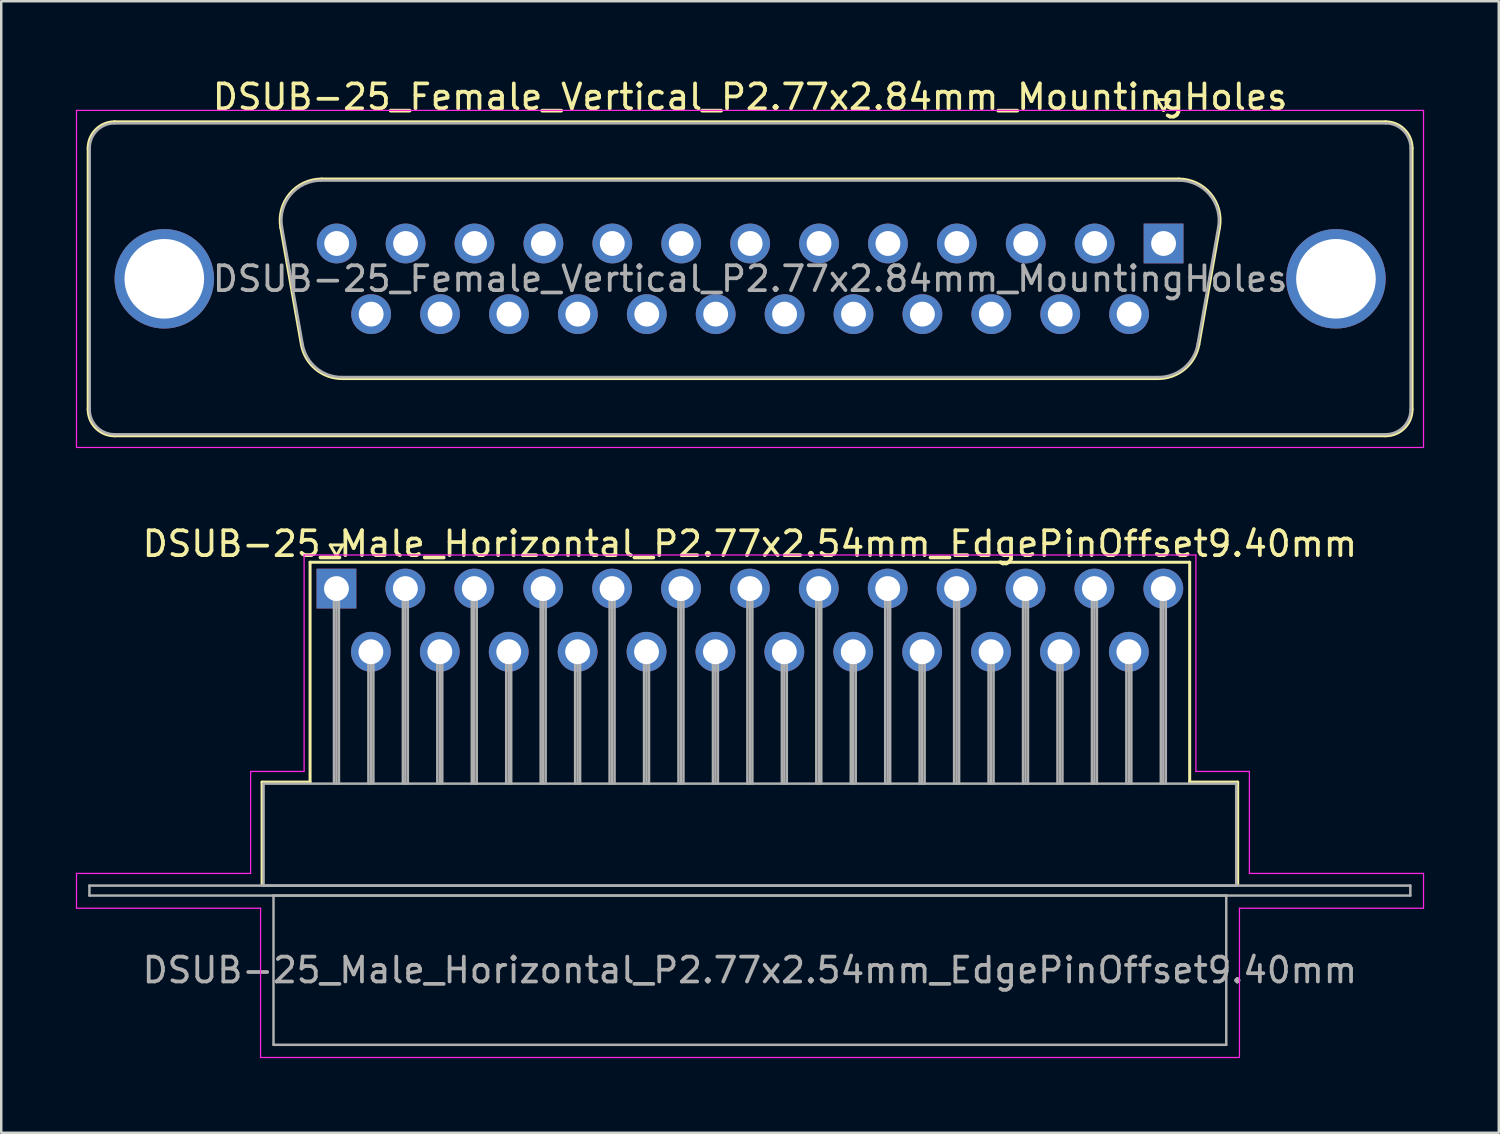
<source format=kicad_pcb>
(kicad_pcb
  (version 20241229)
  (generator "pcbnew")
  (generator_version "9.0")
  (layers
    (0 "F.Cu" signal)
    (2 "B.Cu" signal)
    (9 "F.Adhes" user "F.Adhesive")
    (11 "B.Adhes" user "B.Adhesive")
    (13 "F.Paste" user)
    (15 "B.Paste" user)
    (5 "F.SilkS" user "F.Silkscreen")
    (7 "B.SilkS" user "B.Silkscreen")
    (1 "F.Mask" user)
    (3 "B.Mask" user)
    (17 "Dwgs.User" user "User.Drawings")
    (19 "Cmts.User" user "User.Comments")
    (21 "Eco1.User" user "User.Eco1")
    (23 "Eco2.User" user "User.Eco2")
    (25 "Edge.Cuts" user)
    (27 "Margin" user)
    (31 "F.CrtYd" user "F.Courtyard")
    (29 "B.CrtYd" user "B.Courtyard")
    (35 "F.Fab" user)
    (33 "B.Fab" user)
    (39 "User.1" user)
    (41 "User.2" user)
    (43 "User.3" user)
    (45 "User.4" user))
  (footprint "DSUB-25_Male_Horizontal_P2.77x2.54mm_EdgePinOffset9.40mm"
    (layer "F.Cu")
    (at 10.475 20.611)
    (property "Reference" "DSUB-25_Male_Horizontal_P2.77x2.54mm_EdgePinOffset9.40mm" (at 16.62 -1.8 0) (layer "F.SilkS") (effects (font (size 1 1) (thickness 0.15))))
    (attr through_hole)
    (fp_line (start -2.99 7.78) (end -1.06 7.78) (stroke (width 0.12) (type solid)) (layer "F.SilkS"))
    (fp_line (start -2.99 11.88) (end -2.99 7.78) (stroke (width 0.12) (type solid)) (layer "F.SilkS"))
    (fp_line (start -1.06 -1.06) (end 34.3 -1.06) (stroke (width 0.12) (type solid)) (layer "F.SilkS"))
    (fp_line (start -1.06 7.78) (end -1.06 -1.06) (stroke (width 0.12) (type solid)) (layer "F.SilkS"))
    (fp_line (start -0.25 -1.754) (end 0.25 -1.754) (stroke (width 0.12) (type solid)) (layer "F.SilkS"))
    (fp_line (start 0 -1.321) (end -0.25 -1.754) (stroke (width 0.12) (type solid)) (layer "F.SilkS"))
    (fp_line (start 0.25 -1.754) (end 0 -1.321) (stroke (width 0.12) (type solid)) (layer "F.SilkS"))
    (fp_line (start 34.3 -1.06) (end 34.3 7.78) (stroke (width 0.12) (type solid)) (layer "F.SilkS"))
    (fp_line (start 34.3 7.78) (end 36.23 7.78) (stroke (width 0.12) (type solid)) (layer "F.SilkS"))
    (fp_line (start 36.23 7.78) (end 36.23 11.88) (stroke (width 0.12) (type solid)) (layer "F.SilkS"))
    (fp_line (start -10.45 11.45) (end -3.45 11.45) (stroke (width 0.05) (type solid)) (layer "F.CrtYd"))
    (fp_line (start -10.45 12.85) (end -10.45 11.45) (stroke (width 0.05) (type solid)) (layer "F.CrtYd"))
    (fp_line (start -3.45 7.35) (end -1.3 7.35) (stroke (width 0.05) (type solid)) (layer "F.CrtYd"))
    (fp_line (start -3.45 11.45) (end -3.45 7.35) (stroke (width 0.05) (type solid)) (layer "F.CrtYd"))
    (fp_line (start -3.05 12.85) (end -10.45 12.85) (stroke (width 0.05) (type solid)) (layer "F.CrtYd"))
    (fp_line (start -3.05 18.85) (end -3.05 12.85) (stroke (width 0.05) (type solid)) (layer "F.CrtYd"))
    (fp_line (start -1.3 -1.35) (end 34.55 -1.35) (stroke (width 0.05) (type solid)) (layer "F.CrtYd"))
    (fp_line (start -1.3 7.35) (end -1.3 -1.35) (stroke (width 0.05) (type solid)) (layer "F.CrtYd"))
    (fp_line (start 34.55 -1.35) (end 34.55 7.35) (stroke (width 0.05) (type solid)) (layer "F.CrtYd"))
    (fp_line (start 34.55 7.35) (end 36.7 7.35) (stroke (width 0.05) (type solid)) (layer "F.CrtYd"))
    (fp_line (start 36.3 12.85) (end 36.3 18.85) (stroke (width 0.05) (type solid)) (layer "F.CrtYd"))
    (fp_line (start 36.3 18.85) (end -3.05 18.85) (stroke (width 0.05) (type solid)) (layer "F.CrtYd"))
    (fp_line (start 36.7 7.35) (end 36.7 11.45) (stroke (width 0.05) (type solid)) (layer "F.CrtYd"))
    (fp_line (start 36.7 11.45) (end 43.7 11.45) (stroke (width 0.05) (type solid)) (layer "F.CrtYd"))
    (fp_line (start 43.7 11.45) (end 43.7 12.85) (stroke (width 0.05) (type solid)) (layer "F.CrtYd"))
    (fp_line (start 43.7 12.85) (end 36.3 12.85) (stroke (width 0.05) (type solid)) (layer "F.CrtYd"))
    (fp_line (start -9.93 11.94) (end -9.93 12.34) (stroke (width 0.1) (type solid)) (layer "F.Fab"))
    (fp_line (start -9.93 12.34) (end 43.17 12.34) (stroke (width 0.1) (type solid)) (layer "F.Fab"))
    (fp_line (start -2.93 7.84) (end -2.93 11.94) (stroke (width 0.1) (type solid)) (layer "F.Fab"))
    (fp_line (start -2.93 11.94) (end 36.17 11.94) (stroke (width 0.1) (type solid)) (layer "F.Fab"))
    (fp_line (start -2.53 12.34) (end -2.53 18.34) (stroke (width 0.1) (type solid)) (layer "F.Fab"))
    (fp_line (start -2.53 18.34) (end 35.77 18.34) (stroke (width 0.1) (type solid)) (layer "F.Fab"))
    (fp_line (start -0.1 0) (end -0.1 7.84) (stroke (width 0.1) (type solid)) (layer "F.Fab"))
    (fp_line (start 0 0) (end 0 7.84) (stroke (width 0.1) (type solid)) (layer "F.Fab"))
    (fp_line (start 0.1 0) (end 0.1 7.84) (stroke (width 0.1) (type solid)) (layer "F.Fab"))
    (fp_line (start 1.285 2.54) (end 1.285 7.84) (stroke (width 0.1) (type solid)) (layer "F.Fab"))
    (fp_line (start 1.385 2.54) (end 1.385 7.84) (stroke (width 0.1) (type solid)) (layer "F.Fab"))
    (fp_line (start 1.485 2.54) (end 1.485 7.84) (stroke (width 0.1) (type solid)) (layer "F.Fab"))
    (fp_line (start 2.67 0) (end 2.67 7.84) (stroke (width 0.1) (type solid)) (layer "F.Fab"))
    (fp_line (start 2.77 0) (end 2.77 7.84) (stroke (width 0.1) (type solid)) (layer "F.Fab"))
    (fp_line (start 2.87 0) (end 2.87 7.84) (stroke (width 0.1) (type solid)) (layer "F.Fab"))
    (fp_line (start 4.055 2.54) (end 4.055 7.84) (stroke (width 0.1) (type solid)) (layer "F.Fab"))
    (fp_line (start 4.155 2.54) (end 4.155 7.84) (stroke (width 0.1) (type solid)) (layer "F.Fab"))
    (fp_line (start 4.255 2.54) (end 4.255 7.84) (stroke (width 0.1) (type solid)) (layer "F.Fab"))
    (fp_line (start 5.44 0) (end 5.44 7.84) (stroke (width 0.1) (type solid)) (layer "F.Fab"))
    (fp_line (start 5.54 0) (end 5.54 7.84) (stroke (width 0.1) (type solid)) (layer "F.Fab"))
    (fp_line (start 5.64 0) (end 5.64 7.84) (stroke (width 0.1) (type solid)) (layer "F.Fab"))
    (fp_line (start 6.825 2.54) (end 6.825 7.84) (stroke (width 0.1) (type solid)) (layer "F.Fab"))
    (fp_line (start 6.925 2.54) (end 6.925 7.84) (stroke (width 0.1) (type solid)) (layer "F.Fab"))
    (fp_line (start 7.025 2.54) (end 7.025 7.84) (stroke (width 0.1) (type solid)) (layer "F.Fab"))
    (fp_line (start 8.21 0) (end 8.21 7.84) (stroke (width 0.1) (type solid)) (layer "F.Fab"))
    (fp_line (start 8.31 0) (end 8.31 7.84) (stroke (width 0.1) (type solid)) (layer "F.Fab"))
    (fp_line (start 8.41 0) (end 8.41 7.84) (stroke (width 0.1) (type solid)) (layer "F.Fab"))
    (fp_line (start 9.595 2.54) (end 9.595 7.84) (stroke (width 0.1) (type solid)) (layer "F.Fab"))
    (fp_line (start 9.695 2.54) (end 9.695 7.84) (stroke (width 0.1) (type solid)) (layer "F.Fab"))
    (fp_line (start 9.795 2.54) (end 9.795 7.84) (stroke (width 0.1) (type solid)) (layer "F.Fab"))
    (fp_line (start 10.98 0) (end 10.98 7.84) (stroke (width 0.1) (type solid)) (layer "F.Fab"))
    (fp_line (start 11.08 0) (end 11.08 7.84) (stroke (width 0.1) (type solid)) (layer "F.Fab"))
    (fp_line (start 11.18 0) (end 11.18 7.84) (stroke (width 0.1) (type solid)) (layer "F.Fab"))
    (fp_line (start 12.365 2.54) (end 12.365 7.84) (stroke (width 0.1) (type solid)) (layer "F.Fab"))
    (fp_line (start 12.465 2.54) (end 12.465 7.84) (stroke (width 0.1) (type solid)) (layer "F.Fab"))
    (fp_line (start 12.565 2.54) (end 12.565 7.84) (stroke (width 0.1) (type solid)) (layer "F.Fab"))
    (fp_line (start 13.75 0) (end 13.75 7.84) (stroke (width 0.1) (type solid)) (layer "F.Fab"))
    (fp_line (start 13.85 0) (end 13.85 7.84) (stroke (width 0.1) (type solid)) (layer "F.Fab"))
    (fp_line (start 13.95 0) (end 13.95 7.84) (stroke (width 0.1) (type solid)) (layer "F.Fab"))
    (fp_line (start 15.135 2.54) (end 15.135 7.84) (stroke (width 0.1) (type solid)) (layer "F.Fab"))
    (fp_line (start 15.235 2.54) (end 15.235 7.84) (stroke (width 0.1) (type solid)) (layer "F.Fab"))
    (fp_line (start 15.335 2.54) (end 15.335 7.84) (stroke (width 0.1) (type solid)) (layer "F.Fab"))
    (fp_line (start 16.52 0) (end 16.52 7.84) (stroke (width 0.1) (type solid)) (layer "F.Fab"))
    (fp_line (start 16.62 0) (end 16.62 7.84) (stroke (width 0.1) (type solid)) (layer "F.Fab"))
    (fp_line (start 16.72 0) (end 16.72 7.84) (stroke (width 0.1) (type solid)) (layer "F.Fab"))
    (fp_line (start 17.905 2.54) (end 17.905 7.84) (stroke (width 0.1) (type solid)) (layer "F.Fab"))
    (fp_line (start 18.005 2.54) (end 18.005 7.84) (stroke (width 0.1) (type solid)) (layer "F.Fab"))
    (fp_line (start 18.105 2.54) (end 18.105 7.84) (stroke (width 0.1) (type solid)) (layer "F.Fab"))
    (fp_line (start 19.29 0) (end 19.29 7.84) (stroke (width 0.1) (type solid)) (layer "F.Fab"))
    (fp_line (start 19.39 0) (end 19.39 7.84) (stroke (width 0.1) (type solid)) (layer "F.Fab"))
    (fp_line (start 19.49 0) (end 19.49 7.84) (stroke (width 0.1) (type solid)) (layer "F.Fab"))
    (fp_line (start 20.675 2.54) (end 20.675 7.84) (stroke (width 0.1) (type solid)) (layer "F.Fab"))
    (fp_line (start 20.775 2.54) (end 20.775 7.84) (stroke (width 0.1) (type solid)) (layer "F.Fab"))
    (fp_line (start 20.875 2.54) (end 20.875 7.84) (stroke (width 0.1) (type solid)) (layer "F.Fab"))
    (fp_line (start 22.06 0) (end 22.06 7.84) (stroke (width 0.1) (type solid)) (layer "F.Fab"))
    (fp_line (start 22.16 0) (end 22.16 7.84) (stroke (width 0.1) (type solid)) (layer "F.Fab"))
    (fp_line (start 22.26 0) (end 22.26 7.84) (stroke (width 0.1) (type solid)) (layer "F.Fab"))
    (fp_line (start 23.445 2.54) (end 23.445 7.84) (stroke (width 0.1) (type solid)) (layer "F.Fab"))
    (fp_line (start 23.545 2.54) (end 23.545 7.84) (stroke (width 0.1) (type solid)) (layer "F.Fab"))
    (fp_line (start 23.645 2.54) (end 23.645 7.84) (stroke (width 0.1) (type solid)) (layer "F.Fab"))
    (fp_line (start 24.83 0) (end 24.83 7.84) (stroke (width 0.1) (type solid)) (layer "F.Fab"))
    (fp_line (start 24.93 0) (end 24.93 7.84) (stroke (width 0.1) (type solid)) (layer "F.Fab"))
    (fp_line (start 25.03 0) (end 25.03 7.84) (stroke (width 0.1) (type solid)) (layer "F.Fab"))
    (fp_line (start 26.215 2.54) (end 26.215 7.84) (stroke (width 0.1) (type solid)) (layer "F.Fab"))
    (fp_line (start 26.315 2.54) (end 26.315 7.84) (stroke (width 0.1) (type solid)) (layer "F.Fab"))
    (fp_line (start 26.415 2.54) (end 26.415 7.84) (stroke (width 0.1) (type solid)) (layer "F.Fab"))
    (fp_line (start 27.6 0) (end 27.6 7.84) (stroke (width 0.1) (type solid)) (layer "F.Fab"))
    (fp_line (start 27.7 0) (end 27.7 7.84) (stroke (width 0.1) (type solid)) (layer "F.Fab"))
    (fp_line (start 27.8 0) (end 27.8 7.84) (stroke (width 0.1) (type solid)) (layer "F.Fab"))
    (fp_line (start 28.985 2.54) (end 28.985 7.84) (stroke (width 0.1) (type solid)) (layer "F.Fab"))
    (fp_line (start 29.085 2.54) (end 29.085 7.84) (stroke (width 0.1) (type solid)) (layer "F.Fab"))
    (fp_line (start 29.185 2.54) (end 29.185 7.84) (stroke (width 0.1) (type solid)) (layer "F.Fab"))
    (fp_line (start 30.37 0) (end 30.37 7.84) (stroke (width 0.1) (type solid)) (layer "F.Fab"))
    (fp_line (start 30.47 0) (end 30.47 7.84) (stroke (width 0.1) (type solid)) (layer "F.Fab"))
    (fp_line (start 30.57 0) (end 30.57 7.84) (stroke (width 0.1) (type solid)) (layer "F.Fab"))
    (fp_line (start 31.755 2.54) (end 31.755 7.84) (stroke (width 0.1) (type solid)) (layer "F.Fab"))
    (fp_line (start 31.855 2.54) (end 31.855 7.84) (stroke (width 0.1) (type solid)) (layer "F.Fab"))
    (fp_line (start 31.955 2.54) (end 31.955 7.84) (stroke (width 0.1) (type solid)) (layer "F.Fab"))
    (fp_line (start 33.14 0) (end 33.14 7.84) (stroke (width 0.1) (type solid)) (layer "F.Fab"))
    (fp_line (start 33.24 0) (end 33.24 7.84) (stroke (width 0.1) (type solid)) (layer "F.Fab"))
    (fp_line (start 33.34 0) (end 33.34 7.84) (stroke (width 0.1) (type solid)) (layer "F.Fab"))
    (fp_line (start 35.77 12.34) (end -2.53 12.34) (stroke (width 0.1) (type solid)) (layer "F.Fab"))
    (fp_line (start 35.77 18.34) (end 35.77 12.34) (stroke (width 0.1) (type solid)) (layer "F.Fab"))
    (fp_line (start 36.17 7.84) (end -2.93 7.84) (stroke (width 0.1) (type solid)) (layer "F.Fab"))
    (fp_line (start 36.17 11.94) (end 36.17 7.84) (stroke (width 0.1) (type solid)) (layer "F.Fab"))
    (fp_line (start 43.17 11.94) (end -9.93 11.94) (stroke (width 0.1) (type solid)) (layer "F.Fab"))
    (fp_line (start 43.17 12.34) (end 43.17 11.94) (stroke (width 0.1) (type solid)) (layer "F.Fab"))
    (fp_text user "${REFERENCE}" (at 16.62 15.34 0) (layer "F.Fab") (effects (font (size 1 1) (thickness 0.15))))
    (pad "1" thru_hole rect (at 0 0) (size 1.6 1.6) (drill 1) (layers "*.Cu" "*.Mask"))
    (pad "2" thru_hole circle (at 2.77 0) (size 1.6 1.6) (drill 1) (layers "*.Cu" "*.Mask"))
    (pad "3" thru_hole circle (at 5.54 0) (size 1.6 1.6) (drill 1) (layers "*.Cu" "*.Mask"))
    (pad "4" thru_hole circle (at 8.31 0) (size 1.6 1.6) (drill 1) (layers "*.Cu" "*.Mask"))
    (pad "5" thru_hole circle (at 11.08 0) (size 1.6 1.6) (drill 1) (layers "*.Cu" "*.Mask"))
    (pad "6" thru_hole circle (at 13.85 0) (size 1.6 1.6) (drill 1) (layers "*.Cu" "*.Mask"))
    (pad "7" thru_hole circle (at 16.62 0) (size 1.6 1.6) (drill 1) (layers "*.Cu" "*.Mask"))
    (pad "8" thru_hole circle (at 19.39 0) (size 1.6 1.6) (drill 1) (layers "*.Cu" "*.Mask"))
    (pad "9" thru_hole circle (at 22.16 0) (size 1.6 1.6) (drill 1) (layers "*.Cu" "*.Mask"))
    (pad "10" thru_hole circle (at 24.93 0) (size 1.6 1.6) (drill 1) (layers "*.Cu" "*.Mask"))
    (pad "11" thru_hole circle (at 27.7 0) (size 1.6 1.6) (drill 1) (layers "*.Cu" "*.Mask"))
    (pad "12" thru_hole circle (at 30.47 0) (size 1.6 1.6) (drill 1) (layers "*.Cu" "*.Mask"))
    (pad "13" thru_hole circle (at 33.24 0) (size 1.6 1.6) (drill 1) (layers "*.Cu" "*.Mask"))
    (pad "14" thru_hole circle (at 1.385 2.54) (size 1.6 1.6) (drill 1) (layers "*.Cu" "*.Mask"))
    (pad "15" thru_hole circle (at 4.155 2.54) (size 1.6 1.6) (drill 1) (layers "*.Cu" "*.Mask"))
    (pad "16" thru_hole circle (at 6.925 2.54) (size 1.6 1.6) (drill 1) (layers "*.Cu" "*.Mask"))
    (pad "17" thru_hole circle (at 9.695 2.54) (size 1.6 1.6) (drill 1) (layers "*.Cu" "*.Mask"))
    (pad "18" thru_hole circle (at 12.465 2.54) (size 1.6 1.6) (drill 1) (layers "*.Cu" "*.Mask"))
    (pad "19" thru_hole circle (at 15.235 2.54) (size 1.6 1.6) (drill 1) (layers "*.Cu" "*.Mask"))
    (pad "20" thru_hole circle (at 18.005 2.54) (size 1.6 1.6) (drill 1) (layers "*.Cu" "*.Mask"))
    (pad "21" thru_hole circle (at 20.775 2.54) (size 1.6 1.6) (drill 1) (layers "*.Cu" "*.Mask"))
    (pad "22" thru_hole circle (at 23.545 2.54) (size 1.6 1.6) (drill 1) (layers "*.Cu" "*.Mask"))
    (pad "23" thru_hole circle (at 26.315 2.54) (size 1.6 1.6) (drill 1) (layers "*.Cu" "*.Mask"))
    (pad "24" thru_hole circle (at 29.085 2.54) (size 1.6 1.6) (drill 1) (layers "*.Cu" "*.Mask"))
    (pad "25" thru_hole circle (at 31.855 2.54) (size 1.6 1.6) (drill 1) (layers "*.Cu" "*.Mask")))
  (footprint "DSUB-25_Female_Vertical_P2.77x2.84mm_MountingHoles"
    (layer "F.Cu")
    (at 43.725 6.738)
    (property "Reference" "DSUB-25_Female_Vertical_P2.77x2.84mm_MountingHoles" (at -16.62 -5.89 0) (layer "F.SilkS") (effects (font (size 1 1) (thickness 0.15))))
    (attr through_hole)
    (fp_line (start -43.23 6.67) (end -43.23 -3.83) (stroke (width 0.12) (type solid)) (layer "F.SilkS"))
    (fp_line (start -42.17 -4.89) (end 8.93 -4.89) (stroke (width 0.12) (type solid)) (layer "F.SilkS"))
    (fp_line (start -35.486 -0.642) (end -34.658 4.058) (stroke (width 0.12) (type solid)) (layer "F.SilkS"))
    (fp_line (start -33.852 -2.59) (end 0.612 -2.59) (stroke (width 0.12) (type solid)) (layer "F.SilkS"))
    (fp_line (start -33.023 5.43) (end -0.217 5.43) (stroke (width 0.12) (type solid)) (layer "F.SilkS"))
    (fp_line (start -0.25 -5.784) (end 0.25 -5.784) (stroke (width 0.12) (type solid)) (layer "F.SilkS"))
    (fp_line (start 0 -5.351) (end -0.25 -5.784) (stroke (width 0.12) (type solid)) (layer "F.SilkS"))
    (fp_line (start 0.25 -5.784) (end 0 -5.351) (stroke (width 0.12) (type solid)) (layer "F.SilkS"))
    (fp_line (start 2.246 -0.642) (end 1.418 4.058) (stroke (width 0.12) (type solid)) (layer "F.SilkS"))
    (fp_line (start 8.93 7.73) (end -42.17 7.73) (stroke (width 0.12) (type solid)) (layer "F.SilkS"))
    (fp_line (start 9.99 -3.83) (end 9.99 6.67) (stroke (width 0.12) (type solid)) (layer "F.SilkS"))
    (fp_arc (start -43.23 -3.83) (mid -42.919533 -4.579533) (end -42.17 -4.89) (stroke (width 0.12) (type solid)) (layer "F.SilkS"))
    (fp_arc (start -42.17 7.73) (mid -42.919533 7.419533) (end -43.23 6.67) (stroke (width 0.12) (type solid)) (layer "F.SilkS"))
    (fp_arc (start -35.48647 -0.641744) (mid -35.123323 -1.997028) (end -33.851689 -2.59) (stroke (width 0.12) (type solid)) (layer "F.SilkS"))
    (fp_arc (start -33.022952 5.43) (mid -34.089979 5.041634) (end -34.657733 4.058256) (stroke (width 0.12) (type solid)) (layer "F.SilkS"))
    (fp_arc (start 0.611689 -2.59) (mid 1.883323 -1.997027) (end 2.24647 -0.641744) (stroke (width 0.12) (type solid)) (layer "F.SilkS"))
    (fp_arc (start 1.417733 4.058256) (mid 0.84998 5.041634) (end -0.217048 5.43) (stroke (width 0.12) (type solid)) (layer "F.SilkS"))
    (fp_arc (start 8.93 -4.89) (mid 9.679533 -4.579533) (end 9.99 -3.83) (stroke (width 0.12) (type solid)) (layer "F.SilkS"))
    (fp_arc (start 9.99 6.67) (mid 9.679533 7.419533) (end 8.93 7.73) (stroke (width 0.12) (type solid)) (layer "F.SilkS"))
    (fp_line (start -43.7 -5.35) (end -43.7 8.2) (stroke (width 0.05) (type solid)) (layer "F.CrtYd"))
    (fp_line (start -43.7 8.2) (end 10.45 8.2) (stroke (width 0.05) (type solid)) (layer "F.CrtYd"))
    (fp_line (start 10.45 -5.35) (end -43.7 -5.35) (stroke (width 0.05) (type solid)) (layer "F.CrtYd"))
    (fp_line (start 10.45 8.2) (end 10.45 -5.35) (stroke (width 0.05) (type solid)) (layer "F.CrtYd"))
    (fp_line (start -43.17 6.67) (end -43.17 -3.83) (stroke (width 0.1) (type solid)) (layer "F.Fab"))
    (fp_line (start -42.17 -4.83) (end 8.93 -4.83) (stroke (width 0.1) (type solid)) (layer "F.Fab"))
    (fp_line (start -35.439 -0.652) (end -34.61 4.048) (stroke (width 0.1) (type solid)) (layer "F.Fab"))
    (fp_line (start -33.863 -2.53) (end 0.623 -2.53) (stroke (width 0.1) (type solid)) (layer "F.Fab"))
    (fp_line (start -33.034 5.37) (end -0.206 5.37) (stroke (width 0.1) (type solid)) (layer "F.Fab"))
    (fp_line (start 2.199 -0.652) (end 1.37 4.048) (stroke (width 0.1) (type solid)) (layer "F.Fab"))
    (fp_line (start 8.93 7.67) (end -42.17 7.67) (stroke (width 0.1) (type solid)) (layer "F.Fab"))
    (fp_line (start 9.93 -3.83) (end 9.93 6.67) (stroke (width 0.1) (type solid)) (layer "F.Fab"))
    (fp_arc (start -43.17 -3.83) (mid -42.877107 -4.537107) (end -42.17 -4.83) (stroke (width 0.1) (type solid)) (layer "F.Fab"))
    (fp_arc (start -42.17 7.67) (mid -42.877107 7.377107) (end -43.17 6.67) (stroke (width 0.1) (type solid)) (layer "F.Fab"))
    (fp_arc (start -35.438886 -0.652163) (mid -35.088865 -1.95846) (end -33.863194 -2.53) (stroke (width 0.1) (type solid)) (layer "F.Fab"))
    (fp_arc (start -33.034457 5.37) (mid -34.062917 4.995671) (end -34.610149 4.047837) (stroke (width 0.1) (type solid)) (layer "F.Fab"))
    (fp_arc (start 0.623194 -2.53) (mid 1.848865 -1.95846) (end 2.198886 -0.652163) (stroke (width 0.1) (type solid)) (layer "F.Fab"))
    (fp_arc (start 1.370149 4.047837) (mid 0.822917 4.995671) (end -0.205543 5.37) (stroke (width 0.1) (type solid)) (layer "F.Fab"))
    (fp_arc (start 8.93 -4.83) (mid 9.637107 -4.537107) (end 9.93 -3.83) (stroke (width 0.1) (type solid)) (layer "F.Fab"))
    (fp_arc (start 9.93 6.67) (mid 9.637107 7.377107) (end 8.93 7.67) (stroke (width 0.1) (type solid)) (layer "F.Fab"))
    (fp_text user "${REFERENCE}" (at -16.62 1.42 0) (layer "F.Fab") (effects (font (size 1 1) (thickness 0.15))))
    (pad "0" thru_hole circle (at -40.17 1.42) (size 4 4) (drill 3.2) (layers "*.Cu" "*.Mask"))
    (pad "0" thru_hole circle (at 6.93 1.42) (size 4 4) (drill 3.2) (layers "*.Cu" "*.Mask"))
    (pad "1" thru_hole rect (at 0 0) (size 1.6 1.6) (drill 1) (layers "*.Cu" "*.Mask"))
    (pad "2" thru_hole circle (at -2.77 0) (size 1.6 1.6) (drill 1) (layers "*.Cu" "*.Mask"))
    (pad "3" thru_hole circle (at -5.54 0) (size 1.6 1.6) (drill 1) (layers "*.Cu" "*.Mask"))
    (pad "4" thru_hole circle (at -8.31 0) (size 1.6 1.6) (drill 1) (layers "*.Cu" "*.Mask"))
    (pad "5" thru_hole circle (at -11.08 0) (size 1.6 1.6) (drill 1) (layers "*.Cu" "*.Mask"))
    (pad "6" thru_hole circle (at -13.85 0) (size 1.6 1.6) (drill 1) (layers "*.Cu" "*.Mask"))
    (pad "7" thru_hole circle (at -16.62 0) (size 1.6 1.6) (drill 1) (layers "*.Cu" "*.Mask"))
    (pad "8" thru_hole circle (at -19.39 0) (size 1.6 1.6) (drill 1) (layers "*.Cu" "*.Mask"))
    (pad "9" thru_hole circle (at -22.16 0) (size 1.6 1.6) (drill 1) (layers "*.Cu" "*.Mask"))
    (pad "10" thru_hole circle (at -24.93 0) (size 1.6 1.6) (drill 1) (layers "*.Cu" "*.Mask"))
    (pad "11" thru_hole circle (at -27.7 0) (size 1.6 1.6) (drill 1) (layers "*.Cu" "*.Mask"))
    (pad "12" thru_hole circle (at -30.47 0) (size 1.6 1.6) (drill 1) (layers "*.Cu" "*.Mask"))
    (pad "13" thru_hole circle (at -33.24 0) (size 1.6 1.6) (drill 1) (layers "*.Cu" "*.Mask"))
    (pad "14" thru_hole circle (at -1.385 2.84) (size 1.6 1.6) (drill 1) (layers "*.Cu" "*.Mask"))
    (pad "15" thru_hole circle (at -4.155 2.84) (size 1.6 1.6) (drill 1) (layers "*.Cu" "*.Mask"))
    (pad "16" thru_hole circle (at -6.925 2.84) (size 1.6 1.6) (drill 1) (layers "*.Cu" "*.Mask"))
    (pad "17" thru_hole circle (at -9.695 2.84) (size 1.6 1.6) (drill 1) (layers "*.Cu" "*.Mask"))
    (pad "18" thru_hole circle (at -12.465 2.84) (size 1.6 1.6) (drill 1) (layers "*.Cu" "*.Mask"))
    (pad "19" thru_hole circle (at -15.235 2.84) (size 1.6 1.6) (drill 1) (layers "*.Cu" "*.Mask"))
    (pad "20" thru_hole circle (at -18.005 2.84) (size 1.6 1.6) (drill 1) (layers "*.Cu" "*.Mask"))
    (pad "21" thru_hole circle (at -20.775 2.84) (size 1.6 1.6) (drill 1) (layers "*.Cu" "*.Mask"))
    (pad "22" thru_hole circle (at -23.545 2.84) (size 1.6 1.6) (drill 1) (layers "*.Cu" "*.Mask"))
    (pad "23" thru_hole circle (at -26.315 2.84) (size 1.6 1.6) (drill 1) (layers "*.Cu" "*.Mask"))
    (pad "24" thru_hole circle (at -29.085 2.84) (size 1.6 1.6) (drill 1) (layers "*.Cu" "*.Mask"))
    (pad "25" thru_hole circle (at -31.855 2.84) (size 1.6 1.6) (drill 1) (layers "*.Cu" "*.Mask")))
  (gr_rect
    (start -3 -3)
    (end 57.2 42.486)
    (stroke (width 0.1) (type default))
    (fill no)
    (layer "Edge.Cuts")))
</source>
